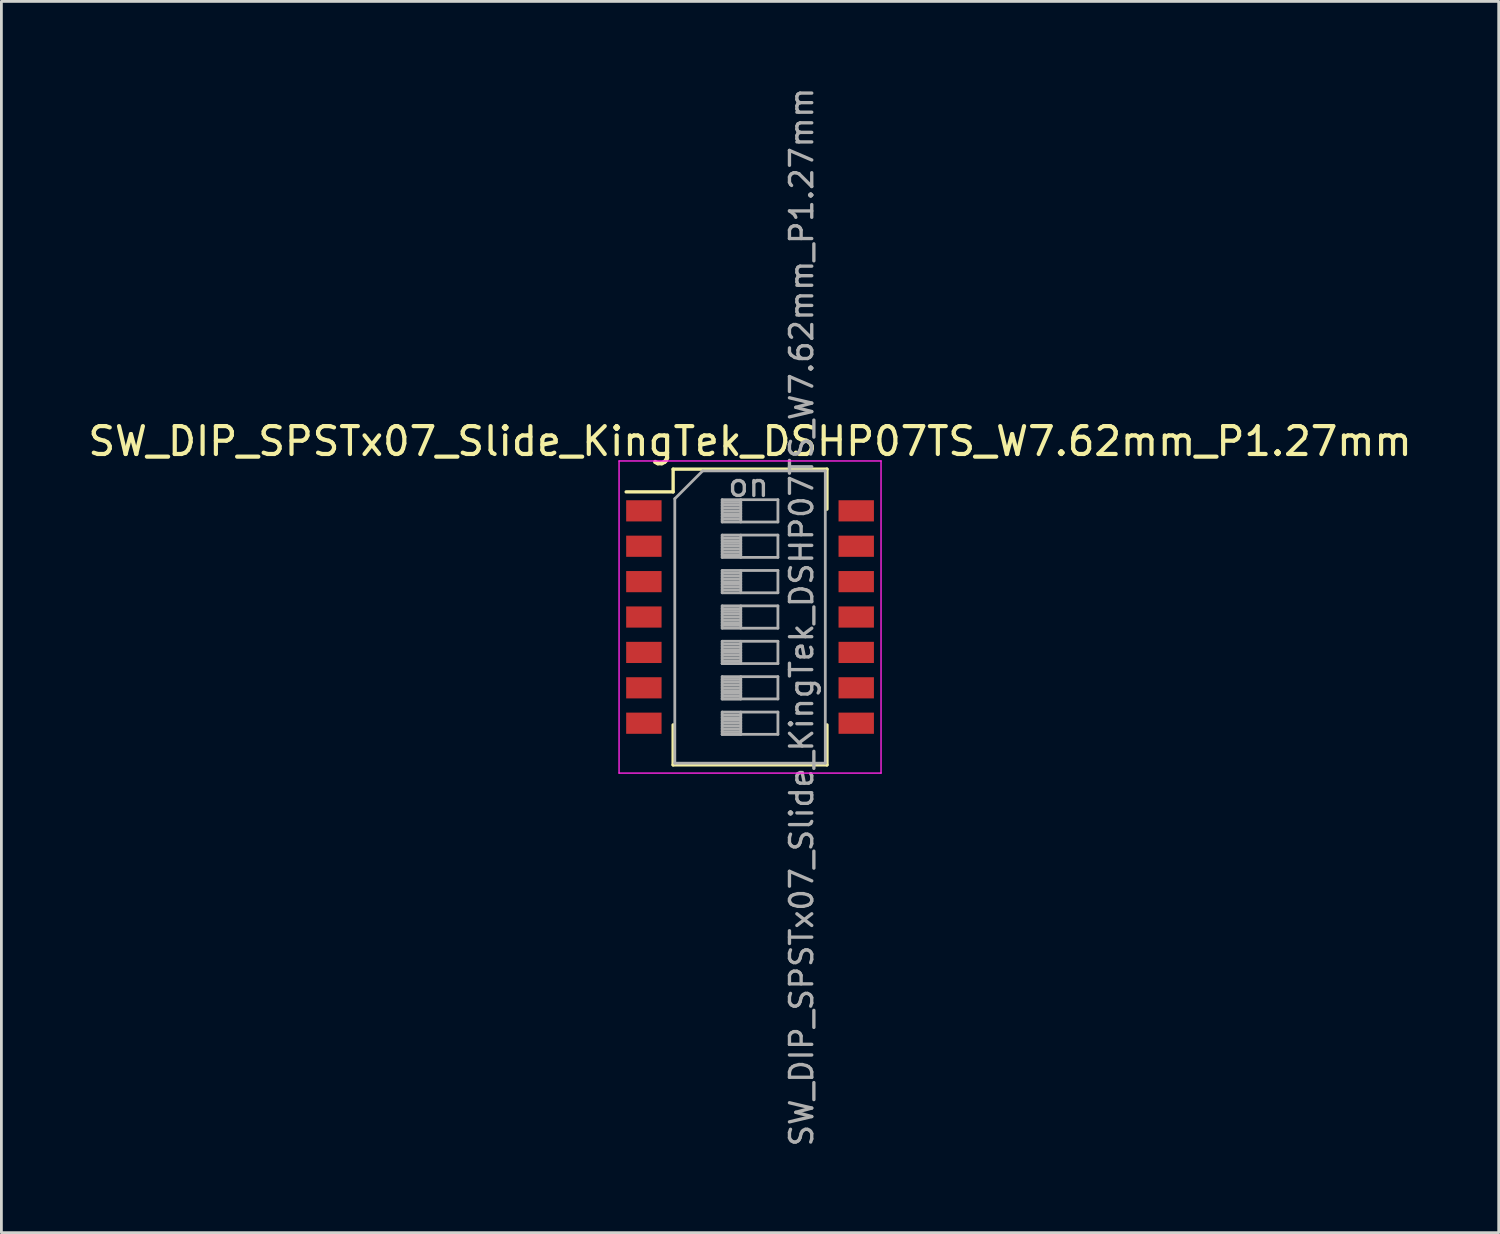
<source format=kicad_pcb>
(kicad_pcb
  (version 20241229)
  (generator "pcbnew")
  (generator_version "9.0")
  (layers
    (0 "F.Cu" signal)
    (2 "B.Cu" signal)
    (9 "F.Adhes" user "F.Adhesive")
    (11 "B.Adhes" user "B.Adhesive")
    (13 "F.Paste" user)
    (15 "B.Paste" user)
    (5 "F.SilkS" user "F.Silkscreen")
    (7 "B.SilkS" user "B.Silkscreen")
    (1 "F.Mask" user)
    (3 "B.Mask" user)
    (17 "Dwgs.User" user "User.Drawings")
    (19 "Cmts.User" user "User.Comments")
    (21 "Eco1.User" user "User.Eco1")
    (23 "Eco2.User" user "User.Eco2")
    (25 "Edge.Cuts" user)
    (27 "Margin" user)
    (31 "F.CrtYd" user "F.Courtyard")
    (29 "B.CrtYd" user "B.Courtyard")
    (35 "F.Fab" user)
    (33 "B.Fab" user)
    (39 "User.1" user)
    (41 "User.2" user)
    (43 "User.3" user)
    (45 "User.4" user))
  (footprint "SW_DIP_SPSTx07_Slide_KingTek_DSHP07TS_W7.62mm_P1.27mm"
    (layer "F.Cu")
    (at 23.863 19.09)
    (property "Reference" "SW_DIP_SPSTx07_Slide_KingTek_DSHP07TS_W7.62mm_P1.27mm" (at 0 -6.305 0) (layer "F.SilkS") (effects (font (size 1 1) (thickness 0.15))))
    (attr smd)
    (fp_line (start -4.446 -4.49) (end -2.76 -4.49) (stroke (width 0.12) (type solid)) (layer "F.SilkS"))
    (fp_line (start -2.76 -5.306) (end -2.76 -4.49) (stroke (width 0.12) (type solid)) (layer "F.SilkS"))
    (fp_line (start -2.76 -5.306) (end 2.76 -5.306) (stroke (width 0.12) (type solid)) (layer "F.SilkS"))
    (fp_line (start -2.76 3.87) (end -2.76 5.305) (stroke (width 0.12) (type solid)) (layer "F.SilkS"))
    (fp_line (start -2.76 5.305) (end 2.76 5.305) (stroke (width 0.12) (type solid)) (layer "F.SilkS"))
    (fp_line (start 2.76 -5.306) (end 2.76 -3.871) (stroke (width 0.12) (type solid)) (layer "F.SilkS"))
    (fp_line (start 2.76 3.87) (end 2.76 5.305) (stroke (width 0.12) (type solid)) (layer "F.SilkS"))
    (fp_line (start -4.7 -5.6) (end -4.7 5.6) (stroke (width 0.05) (type solid)) (layer "F.CrtYd"))
    (fp_line (start -4.7 5.6) (end 4.7 5.6) (stroke (width 0.05) (type solid)) (layer "F.CrtYd"))
    (fp_line (start 4.7 -5.6) (end -4.7 -5.6) (stroke (width 0.05) (type solid)) (layer "F.CrtYd"))
    (fp_line (start 4.7 5.6) (end 4.7 -5.6) (stroke (width 0.05) (type solid)) (layer "F.CrtYd"))
    (fp_line (start -2.7 -4.245) (end -1.7 -5.245) (stroke (width 0.1) (type solid)) (layer "F.Fab"))
    (fp_line (start -2.7 5.245) (end -2.7 -4.245) (stroke (width 0.1) (type solid)) (layer "F.Fab"))
    (fp_line (start -1.7 -5.245) (end 2.7 -5.245) (stroke (width 0.1) (type solid)) (layer "F.Fab"))
    (fp_line (start -1 -4.21) (end -1 -3.41) (stroke (width 0.1) (type solid)) (layer "F.Fab"))
    (fp_line (start -1 -4.11) (end -0.333 -4.11) (stroke (width 0.1) (type solid)) (layer "F.Fab"))
    (fp_line (start -1 -4.01) (end -0.333 -4.01) (stroke (width 0.1) (type solid)) (layer "F.Fab"))
    (fp_line (start -1 -3.91) (end -0.333 -3.91) (stroke (width 0.1) (type solid)) (layer "F.Fab"))
    (fp_line (start -1 -3.81) (end -0.333 -3.81) (stroke (width 0.1) (type solid)) (layer "F.Fab"))
    (fp_line (start -1 -3.71) (end -0.333 -3.71) (stroke (width 0.1) (type solid)) (layer "F.Fab"))
    (fp_line (start -1 -3.61) (end -0.333 -3.61) (stroke (width 0.1) (type solid)) (layer "F.Fab"))
    (fp_line (start -1 -3.51) (end -0.333 -3.51) (stroke (width 0.1) (type solid)) (layer "F.Fab"))
    (fp_line (start -1 -3.41) (end 1 -3.41) (stroke (width 0.1) (type solid)) (layer "F.Fab"))
    (fp_line (start -1 -2.94) (end -1 -2.14) (stroke (width 0.1) (type solid)) (layer "F.Fab"))
    (fp_line (start -1 -2.84) (end -0.333 -2.84) (stroke (width 0.1) (type solid)) (layer "F.Fab"))
    (fp_line (start -1 -2.74) (end -0.333 -2.74) (stroke (width 0.1) (type solid)) (layer "F.Fab"))
    (fp_line (start -1 -2.64) (end -0.333 -2.64) (stroke (width 0.1) (type solid)) (layer "F.Fab"))
    (fp_line (start -1 -2.54) (end -0.333 -2.54) (stroke (width 0.1) (type solid)) (layer "F.Fab"))
    (fp_line (start -1 -2.44) (end -0.333 -2.44) (stroke (width 0.1) (type solid)) (layer "F.Fab"))
    (fp_line (start -1 -2.34) (end -0.333 -2.34) (stroke (width 0.1) (type solid)) (layer "F.Fab"))
    (fp_line (start -1 -2.24) (end -0.333 -2.24) (stroke (width 0.1) (type solid)) (layer "F.Fab"))
    (fp_line (start -1 -2.14) (end 1 -2.14) (stroke (width 0.1) (type solid)) (layer "F.Fab"))
    (fp_line (start -1 -1.67) (end -1 -0.87) (stroke (width 0.1) (type solid)) (layer "F.Fab"))
    (fp_line (start -1 -1.57) (end -0.333 -1.57) (stroke (width 0.1) (type solid)) (layer "F.Fab"))
    (fp_line (start -1 -1.47) (end -0.333 -1.47) (stroke (width 0.1) (type solid)) (layer "F.Fab"))
    (fp_line (start -1 -1.37) (end -0.333 -1.37) (stroke (width 0.1) (type solid)) (layer "F.Fab"))
    (fp_line (start -1 -1.27) (end -0.333 -1.27) (stroke (width 0.1) (type solid)) (layer "F.Fab"))
    (fp_line (start -1 -1.17) (end -0.333 -1.17) (stroke (width 0.1) (type solid)) (layer "F.Fab"))
    (fp_line (start -1 -1.07) (end -0.333 -1.07) (stroke (width 0.1) (type solid)) (layer "F.Fab"))
    (fp_line (start -1 -0.97) (end -0.333 -0.97) (stroke (width 0.1) (type solid)) (layer "F.Fab"))
    (fp_line (start -1 -0.87) (end 1 -0.87) (stroke (width 0.1) (type solid)) (layer "F.Fab"))
    (fp_line (start -1 -0.4) (end -1 0.4) (stroke (width 0.1) (type solid)) (layer "F.Fab"))
    (fp_line (start -1 -0.3) (end -0.333 -0.3) (stroke (width 0.1) (type solid)) (layer "F.Fab"))
    (fp_line (start -1 -0.2) (end -0.333 -0.2) (stroke (width 0.1) (type solid)) (layer "F.Fab"))
    (fp_line (start -1 -0.1) (end -0.333 -0.1) (stroke (width 0.1) (type solid)) (layer "F.Fab"))
    (fp_line (start -1 0) (end -0.333 0) (stroke (width 0.1) (type solid)) (layer "F.Fab"))
    (fp_line (start -1 0.1) (end -0.333 0.1) (stroke (width 0.1) (type solid)) (layer "F.Fab"))
    (fp_line (start -1 0.2) (end -0.333 0.2) (stroke (width 0.1) (type solid)) (layer "F.Fab"))
    (fp_line (start -1 0.3) (end -0.333 0.3) (stroke (width 0.1) (type solid)) (layer "F.Fab"))
    (fp_line (start -1 0.4) (end 1 0.4) (stroke (width 0.1) (type solid)) (layer "F.Fab"))
    (fp_line (start -1 0.87) (end -1 1.67) (stroke (width 0.1) (type solid)) (layer "F.Fab"))
    (fp_line (start -1 0.97) (end -0.333 0.97) (stroke (width 0.1) (type solid)) (layer "F.Fab"))
    (fp_line (start -1 1.07) (end -0.333 1.07) (stroke (width 0.1) (type solid)) (layer "F.Fab"))
    (fp_line (start -1 1.17) (end -0.333 1.17) (stroke (width 0.1) (type solid)) (layer "F.Fab"))
    (fp_line (start -1 1.27) (end -0.333 1.27) (stroke (width 0.1) (type solid)) (layer "F.Fab"))
    (fp_line (start -1 1.37) (end -0.333 1.37) (stroke (width 0.1) (type solid)) (layer "F.Fab"))
    (fp_line (start -1 1.47) (end -0.333 1.47) (stroke (width 0.1) (type solid)) (layer "F.Fab"))
    (fp_line (start -1 1.57) (end -0.333 1.57) (stroke (width 0.1) (type solid)) (layer "F.Fab"))
    (fp_line (start -1 1.67) (end -0.333 1.67) (stroke (width 0.1) (type solid)) (layer "F.Fab"))
    (fp_line (start -1 1.67) (end 1 1.67) (stroke (width 0.1) (type solid)) (layer "F.Fab"))
    (fp_line (start -1 2.14) (end -1 2.94) (stroke (width 0.1) (type solid)) (layer "F.Fab"))
    (fp_line (start -1 2.24) (end -0.333 2.24) (stroke (width 0.1) (type solid)) (layer "F.Fab"))
    (fp_line (start -1 2.34) (end -0.333 2.34) (stroke (width 0.1) (type solid)) (layer "F.Fab"))
    (fp_line (start -1 2.44) (end -0.333 2.44) (stroke (width 0.1) (type solid)) (layer "F.Fab"))
    (fp_line (start -1 2.54) (end -0.333 2.54) (stroke (width 0.1) (type solid)) (layer "F.Fab"))
    (fp_line (start -1 2.64) (end -0.333 2.64) (stroke (width 0.1) (type solid)) (layer "F.Fab"))
    (fp_line (start -1 2.74) (end -0.333 2.74) (stroke (width 0.1) (type solid)) (layer "F.Fab"))
    (fp_line (start -1 2.84) (end -0.333 2.84) (stroke (width 0.1) (type solid)) (layer "F.Fab"))
    (fp_line (start -1 2.94) (end -0.333 2.94) (stroke (width 0.1) (type solid)) (layer "F.Fab"))
    (fp_line (start -1 2.94) (end 1 2.94) (stroke (width 0.1) (type solid)) (layer "F.Fab"))
    (fp_line (start -1 3.41) (end -1 4.21) (stroke (width 0.1) (type solid)) (layer "F.Fab"))
    (fp_line (start -1 3.51) (end -0.333 3.51) (stroke (width 0.1) (type solid)) (layer "F.Fab"))
    (fp_line (start -1 3.61) (end -0.333 3.61) (stroke (width 0.1) (type solid)) (layer "F.Fab"))
    (fp_line (start -1 3.71) (end -0.333 3.71) (stroke (width 0.1) (type solid)) (layer "F.Fab"))
    (fp_line (start -1 3.81) (end -0.333 3.81) (stroke (width 0.1) (type solid)) (layer "F.Fab"))
    (fp_line (start -1 3.91) (end -0.333 3.91) (stroke (width 0.1) (type solid)) (layer "F.Fab"))
    (fp_line (start -1 4.01) (end -0.333 4.01) (stroke (width 0.1) (type solid)) (layer "F.Fab"))
    (fp_line (start -1 4.11) (end -0.333 4.11) (stroke (width 0.1) (type solid)) (layer "F.Fab"))
    (fp_line (start -1 4.21) (end -0.333 4.21) (stroke (width 0.1) (type solid)) (layer "F.Fab"))
    (fp_line (start -1 4.21) (end 1 4.21) (stroke (width 0.1) (type solid)) (layer "F.Fab"))
    (fp_line (start -0.333 -4.21) (end -0.333 -3.41) (stroke (width 0.1) (type solid)) (layer "F.Fab"))
    (fp_line (start -0.333 -2.94) (end -0.333 -2.14) (stroke (width 0.1) (type solid)) (layer "F.Fab"))
    (fp_line (start -0.333 -1.67) (end -0.333 -0.87) (stroke (width 0.1) (type solid)) (layer "F.Fab"))
    (fp_line (start -0.333 -0.4) (end -0.333 0.4) (stroke (width 0.1) (type solid)) (layer "F.Fab"))
    (fp_line (start -0.333 0.87) (end -0.333 1.67) (stroke (width 0.1) (type solid)) (layer "F.Fab"))
    (fp_line (start -0.333 2.14) (end -0.333 2.94) (stroke (width 0.1) (type solid)) (layer "F.Fab"))
    (fp_line (start -0.333 3.41) (end -0.333 4.21) (stroke (width 0.1) (type solid)) (layer "F.Fab"))
    (fp_line (start 1 -4.21) (end -1 -4.21) (stroke (width 0.1) (type solid)) (layer "F.Fab"))
    (fp_line (start 1 -3.41) (end 1 -4.21) (stroke (width 0.1) (type solid)) (layer "F.Fab"))
    (fp_line (start 1 -2.94) (end -1 -2.94) (stroke (width 0.1) (type solid)) (layer "F.Fab"))
    (fp_line (start 1 -2.14) (end 1 -2.94) (stroke (width 0.1) (type solid)) (layer "F.Fab"))
    (fp_line (start 1 -1.67) (end -1 -1.67) (stroke (width 0.1) (type solid)) (layer "F.Fab"))
    (fp_line (start 1 -0.87) (end 1 -1.67) (stroke (width 0.1) (type solid)) (layer "F.Fab"))
    (fp_line (start 1 -0.4) (end -1 -0.4) (stroke (width 0.1) (type solid)) (layer "F.Fab"))
    (fp_line (start 1 0.4) (end 1 -0.4) (stroke (width 0.1) (type solid)) (layer "F.Fab"))
    (fp_line (start 1 0.87) (end -1 0.87) (stroke (width 0.1) (type solid)) (layer "F.Fab"))
    (fp_line (start 1 1.67) (end 1 0.87) (stroke (width 0.1) (type solid)) (layer "F.Fab"))
    (fp_line (start 1 2.14) (end -1 2.14) (stroke (width 0.1) (type solid)) (layer "F.Fab"))
    (fp_line (start 1 2.94) (end 1 2.14) (stroke (width 0.1) (type solid)) (layer "F.Fab"))
    (fp_line (start 1 3.41) (end -1 3.41) (stroke (width 0.1) (type solid)) (layer "F.Fab"))
    (fp_line (start 1 4.21) (end 1 3.41) (stroke (width 0.1) (type solid)) (layer "F.Fab"))
    (fp_line (start 2.7 -5.245) (end 2.7 5.245) (stroke (width 0.1) (type solid)) (layer "F.Fab"))
    (fp_line (start 2.7 5.245) (end -2.7 5.245) (stroke (width 0.1) (type solid)) (layer "F.Fab"))
    (fp_text user "on" (at -0.055 -4.728 0) (layer "F.Fab") (effects (font (size 0.8 0.8) (thickness 0.12))))
    (fp_text user "${REFERENCE}" (at 1.85 0 90) (layer "F.Fab") (effects (font (size 0.8 0.8) (thickness 0.12))))
    (pad "1" smd rect (at -3.81 -3.81) (size 1.27 0.76) (layers "F.Cu" "F.Mask" "F.Paste"))
    (pad "2" smd rect (at -3.81 -2.54) (size 1.27 0.76) (layers "F.Cu" "F.Mask" "F.Paste"))
    (pad "3" smd rect (at -3.81 -1.27) (size 1.27 0.76) (layers "F.Cu" "F.Mask" "F.Paste"))
    (pad "4" smd rect (at -3.81 0) (size 1.27 0.76) (layers "F.Cu" "F.Mask" "F.Paste"))
    (pad "5" smd rect (at -3.81 1.27) (size 1.27 0.76) (layers "F.Cu" "F.Mask" "F.Paste"))
    (pad "6" smd rect (at -3.81 2.54) (size 1.27 0.76) (layers "F.Cu" "F.Mask" "F.Paste"))
    (pad "7" smd rect (at -3.81 3.81) (size 1.27 0.76) (layers "F.Cu" "F.Mask" "F.Paste"))
    (pad "8" smd rect (at 3.81 3.81) (size 1.27 0.76) (layers "F.Cu" "F.Mask" "F.Paste"))
    (pad "9" smd rect (at 3.81 2.54) (size 1.27 0.76) (layers "F.Cu" "F.Mask" "F.Paste"))
    (pad "10" smd rect (at 3.81 1.27) (size 1.27 0.76) (layers "F.Cu" "F.Mask" "F.Paste"))
    (pad "11" smd rect (at 3.81 0) (size 1.27 0.76) (layers "F.Cu" "F.Mask" "F.Paste"))
    (pad "12" smd rect (at 3.81 -1.27) (size 1.27 0.76) (layers "F.Cu" "F.Mask" "F.Paste"))
    (pad "13" smd rect (at 3.81 -2.54) (size 1.27 0.76) (layers "F.Cu" "F.Mask" "F.Paste"))
    (pad "14" smd rect (at 3.81 -3.81) (size 1.27 0.76) (layers "F.Cu" "F.Mask" "F.Paste")))
  (gr_rect
    (start -3 -3)
    (end 50.726 41.181)
    (stroke (width 0.1) (type default))
    (fill no)
    (layer "Edge.Cuts")))
</source>
